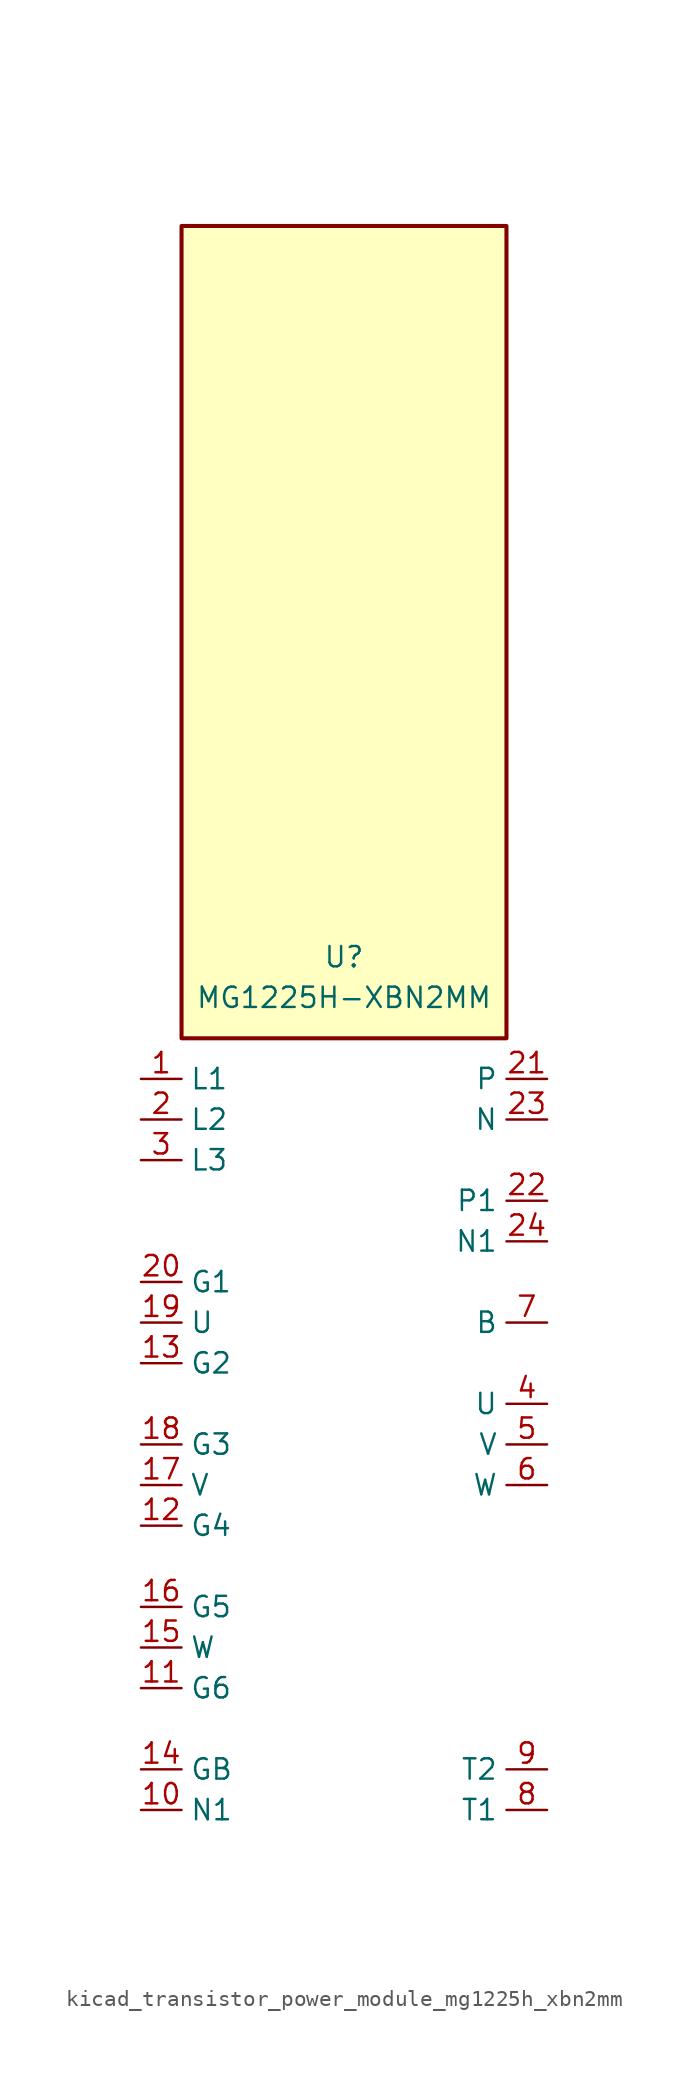
<source format=kicad_sym>
(kicad_symbol_lib
  (version 20220914)
  (generator kicad_symbol_editor)
  (symbol "kicad_transistor_power_module_mg1225h_xbn2mm"
    (property "Reference" "U"
      (at 0 30.48 0)
      (effects (font (size 1.27 1.27))))
    (property "Value" "MG1225H-XBN2MM"
      (at 0 27.94 0)
      (effects (font (size 1.27 1.27))))
    (symbol "kicad_transistor_power_module_mg1225h_xbn2mm_1_1"
      (rectangle (start 10.16 76.2) (end -10.16 25.4) (stroke (width 0.254) (type default)) (fill (type background)))
      (pin passive line (at -12.7 22.86 0) (length 2.54) (name "L1" (effects (font (size 1.27 1.27)))) (number "1" (effects (font (size 1.27 1.27)))))
      (pin passive line (at -12.7 -22.86 0) (length 2.54) (name "N1" (effects (font (size 1.27 1.27)))) (number "10" (effects (font (size 1.27 1.27)))))
      (pin passive line (at -12.7 -15.24 0) (length 2.54) (name "G6" (effects (font (size 1.27 1.27)))) (number "11" (effects (font (size 1.27 1.27)))))
      (pin passive line (at -12.7 -5.08 0) (length 2.54) (name "G4" (effects (font (size 1.27 1.27)))) (number "12" (effects (font (size 1.27 1.27)))))
      (pin passive line (at -12.7 5.08 0) (length 2.54) (name "G2" (effects (font (size 1.27 1.27)))) (number "13" (effects (font (size 1.27 1.27)))))
      (pin passive line (at -12.7 -20.32 0) (length 2.54) (name "GB" (effects (font (size 1.27 1.27)))) (number "14" (effects (font (size 1.27 1.27)))))
      (pin passive line (at -12.7 -12.7 0) (length 2.54) (name "W" (effects (font (size 1.27 1.27)))) (number "15" (effects (font (size 1.27 1.27)))))
      (pin passive line (at -12.7 -10.16 0) (length 2.54) (name "G5" (effects (font (size 1.27 1.27)))) (number "16" (effects (font (size 1.27 1.27)))))
      (pin passive line (at -12.7 -2.54 0) (length 2.54) (name "V" (effects (font (size 1.27 1.27)))) (number "17" (effects (font (size 1.27 1.27)))))
      (pin passive line (at -12.7 0 0) (length 2.54) (name "G3" (effects (font (size 1.27 1.27)))) (number "18" (effects (font (size 1.27 1.27)))))
      (pin passive line (at -12.7 7.62 0) (length 2.54) (name "U" (effects (font (size 1.27 1.27)))) (number "19" (effects (font (size 1.27 1.27)))))
      (pin passive line (at -12.7 20.32 0) (length 2.54) (name "L2" (effects (font (size 1.27 1.27)))) (number "2" (effects (font (size 1.27 1.27)))))
      (pin passive line (at -12.7 10.16 0) (length 2.54) (name "G1" (effects (font (size 1.27 1.27)))) (number "20" (effects (font (size 1.27 1.27)))))
      (pin passive line (at 12.7 22.86 180) (length 2.54) (name "P" (effects (font (size 1.27 1.27)))) (number "21" (effects (font (size 1.27 1.27)))))
      (pin passive line (at 12.7 15.24 180) (length 2.54) (name "P1" (effects (font (size 1.27 1.27)))) (number "22" (effects (font (size 1.27 1.27)))))
      (pin passive line (at 12.7 20.32 180) (length 2.54) (name "N" (effects (font (size 1.27 1.27)))) (number "23" (effects (font (size 1.27 1.27)))))
      (pin passive line (at 12.7 12.7 180) (length 2.54) (name "N1" (effects (font (size 1.27 1.27)))) (number "24" (effects (font (size 1.27 1.27)))))
      (pin passive line (at -12.7 17.78 0) (length 2.54) (name "L3" (effects (font (size 1.27 1.27)))) (number "3" (effects (font (size 1.27 1.27)))))
      (pin passive line (at 12.7 2.54 180) (length 2.54) (name "U" (effects (font (size 1.27 1.27)))) (number "4" (effects (font (size 1.27 1.27)))))
      (pin passive line (at 12.7 0 180) (length 2.54) (name "V" (effects (font (size 1.27 1.27)))) (number "5" (effects (font (size 1.27 1.27)))))
      (pin passive line (at 12.7 -2.54 180) (length 2.54) (name "W" (effects (font (size 1.27 1.27)))) (number "6" (effects (font (size 1.27 1.27)))))
      (pin passive line (at 12.7 7.62 180) (length 2.54) (name "B" (effects (font (size 1.27 1.27)))) (number "7" (effects (font (size 1.27 1.27)))))
      (pin passive line (at 12.7 -22.86 180) (length 2.54) (name "T1" (effects (font (size 1.27 1.27)))) (number "8" (effects (font (size 1.27 1.27)))))
      (pin passive line (at 12.7 -20.32 180) (length 2.54) (name "T2" (effects (font (size 1.27 1.27)))) (number "9" (effects (font (size 1.27 1.27))))))))
</source>
